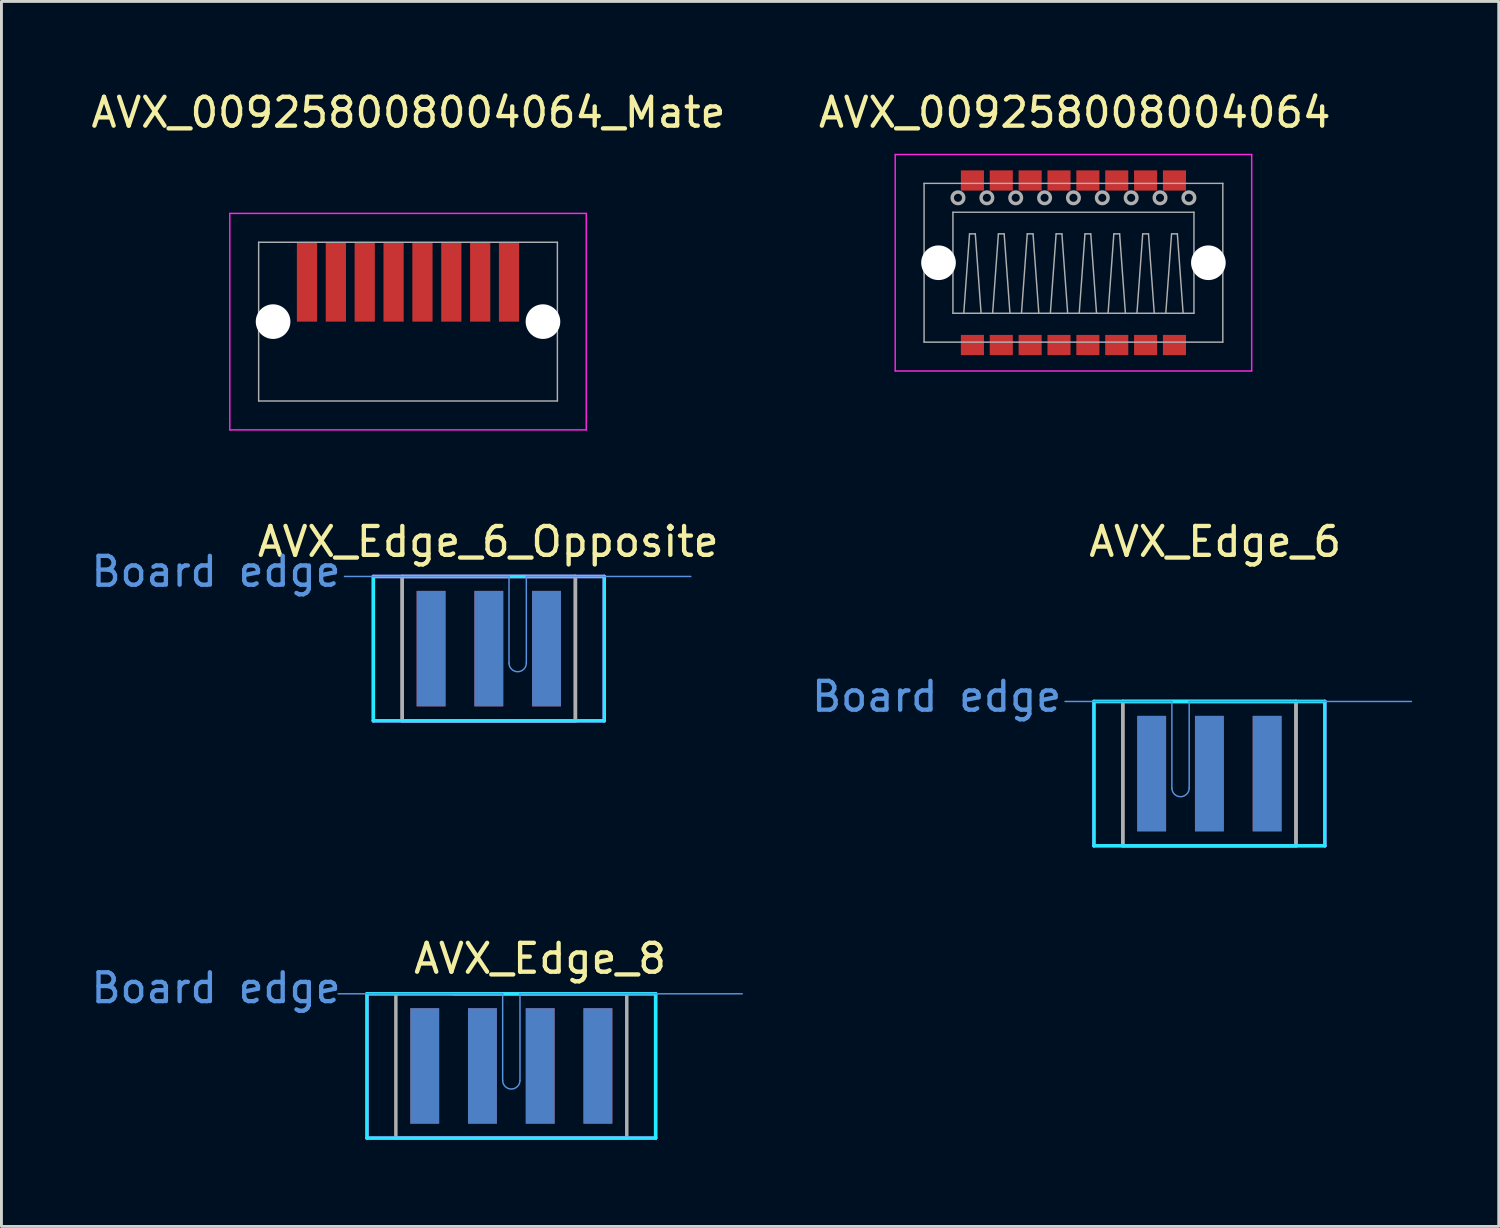
<source format=kicad_pcb>
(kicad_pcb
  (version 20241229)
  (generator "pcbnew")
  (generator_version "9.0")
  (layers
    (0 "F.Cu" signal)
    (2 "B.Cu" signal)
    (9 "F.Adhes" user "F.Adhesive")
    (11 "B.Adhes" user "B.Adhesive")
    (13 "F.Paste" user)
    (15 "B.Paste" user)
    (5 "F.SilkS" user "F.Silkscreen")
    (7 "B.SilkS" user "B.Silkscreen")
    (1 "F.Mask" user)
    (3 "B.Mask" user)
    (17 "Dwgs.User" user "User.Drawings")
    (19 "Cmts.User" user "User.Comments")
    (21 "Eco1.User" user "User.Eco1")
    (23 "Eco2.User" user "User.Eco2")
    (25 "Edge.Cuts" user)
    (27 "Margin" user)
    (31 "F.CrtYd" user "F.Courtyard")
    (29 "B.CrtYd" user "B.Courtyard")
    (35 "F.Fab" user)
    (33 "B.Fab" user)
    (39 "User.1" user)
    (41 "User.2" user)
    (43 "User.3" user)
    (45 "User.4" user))
  (footprint "AVX_Edge_6_Opposite"
    (layer "F.Cu")
    (at 13.885 19.422)
    (property "Reference" "AVX_Edge_6_Opposite" (at -0.02 -3.705 0) (layer "F.SilkS") (effects (font (size 1 1) (thickness 0.15))))
    (attr through_hole)
    (fp_line (start -5 -2.5) (end 0.7 -2.5) (stroke (width 0.05) (type solid)) (layer "Cmts.User"))
    (fp_line (start 0.7 -2.5) (end 0.7 0.5) (stroke (width 0.05) (type solid)) (layer "Cmts.User"))
    (fp_line (start 1.3 -2.5) (end 1.3 0.5) (stroke (width 0.05) (type solid)) (layer "Cmts.User"))
    (fp_line (start 1.3 -2.5) (end 7 -2.5) (stroke (width 0.05) (type solid)) (layer "Cmts.User"))
    (fp_arc (start 1.3 0.5) (mid 1 0.8) (end 0.7 0.5) (stroke (width 0.05) (type solid)) (layer "Cmts.User"))
    (fp_line (start -4 -2.5) (end 4 -2.5) (stroke (width 0.12) (type solid)) (layer "B.CrtYd"))
    (fp_line (start -4 2.5) (end -4 -2.5) (stroke (width 0.12) (type solid)) (layer "B.CrtYd"))
    (fp_line (start -4 2.5) (end 4 2.5) (stroke (width 0.12) (type solid)) (layer "B.CrtYd"))
    (fp_line (start 4 2.5) (end 4 -2.5) (stroke (width 0.12) (type solid)) (layer "B.CrtYd"))
    (fp_line (start -4 -2.5) (end 4 -2.5) (stroke (width 0.12) (type solid)) (layer "F.CrtYd"))
    (fp_line (start -4 2.5) (end -4 -2.5) (stroke (width 0.12) (type solid)) (layer "F.CrtYd"))
    (fp_line (start -4 2.5) (end 4 2.5) (stroke (width 0.12) (type solid)) (layer "F.CrtYd"))
    (fp_line (start 4 2.5) (end 4 -2.5) (stroke (width 0.12) (type solid)) (layer "F.CrtYd"))
    (fp_line (start -3 -2.5) (end 3 -2.5) (stroke (width 0.12) (type solid)) (layer "F.Fab"))
    (fp_line (start -3 2.5) (end -3 -2.5) (stroke (width 0.12) (type solid)) (layer "F.Fab"))
    (fp_line (start -3 2.5) (end -3 -2.5) (stroke (width 0.12) (type solid)) (layer "F.Fab"))
    (fp_line (start 3 -2.5) (end 3 2.5) (stroke (width 0.12) (type solid)) (layer "F.Fab"))
    (fp_line (start 3 -2.5) (end 3 2.5) (stroke (width 0.12) (type solid)) (layer "F.Fab"))
    (fp_line (start 3 2.5) (end -3 2.5) (stroke (width 0.12) (type solid)) (layer "F.Fab"))
    (fp_line (start 3 2.5) (end -3 2.5) (stroke (width 0.12) (type solid)) (layer "F.Fab"))
    (fp_text user "Board edge" (at -9.45 -2.67 0) (layer "Cmts.User") (effects (font (size 1 1) (thickness 0.15))))
    (pad "1" connect rect (at 2 0) (size 1 4) (layers "F.Cu" "F.Mask"))
    (pad "2" connect rect (at 0 0) (size 1 4) (layers "F.Cu" "F.Mask"))
    (pad "3" connect rect (at -2 0) (size 1 4) (layers "F.Cu" "F.Mask"))
    (pad "4" connect rect (at 2 0) (size 1 4) (layers "B.Cu" "B.Mask"))
    (pad "5" connect rect (at 0 0) (size 1 4) (layers "B.Cu" "B.Mask"))
    (pad "6" connect rect (at -2 0) (size 1 4) (layers "B.Cu" "B.Mask")))
  (footprint "AVX_Edge_6"
    (layer "F.Cu")
    (at 38.85 23.752)
    (property "Reference" "AVX_Edge_6" (at 0.2 -8.035 0) (layer "F.SilkS") (effects (font (size 1 1) (thickness 0.15))))
    (attr through_hole)
    (fp_line (start -5 -2.5) (end -1.3 -2.5) (stroke (width 0.05) (type solid)) (layer "Cmts.User"))
    (fp_line (start -1.3 -2.5) (end -1.3 0.5) (stroke (width 0.05) (type solid)) (layer "Cmts.User"))
    (fp_line (start -0.7 -2.5) (end -0.7 0.5) (stroke (width 0.05) (type solid)) (layer "Cmts.User"))
    (fp_line (start -0.7 -2.5) (end 7 -2.5) (stroke (width 0.05) (type solid)) (layer "Cmts.User"))
    (fp_arc (start -0.7 0.5) (mid -1 0.8) (end -1.3 0.5) (stroke (width 0.05) (type solid)) (layer "Cmts.User"))
    (fp_line (start -4 -2.5) (end 4 -2.5) (stroke (width 0.12) (type solid)) (layer "B.CrtYd"))
    (fp_line (start -4 2.5) (end -4 -2.5) (stroke (width 0.12) (type solid)) (layer "B.CrtYd"))
    (fp_line (start -4 2.5) (end 4 2.5) (stroke (width 0.12) (type solid)) (layer "B.CrtYd"))
    (fp_line (start 4 2.5) (end 4 -2.5) (stroke (width 0.12) (type solid)) (layer "B.CrtYd"))
    (fp_line (start -4 -2.5) (end 4 -2.5) (stroke (width 0.12) (type solid)) (layer "F.CrtYd"))
    (fp_line (start -4 2.5) (end -4 -2.5) (stroke (width 0.12) (type solid)) (layer "F.CrtYd"))
    (fp_line (start -4 2.5) (end 4 2.5) (stroke (width 0.12) (type solid)) (layer "F.CrtYd"))
    (fp_line (start 4 2.5) (end 4 -2.5) (stroke (width 0.12) (type solid)) (layer "F.CrtYd"))
    (fp_line (start -3 -2.5) (end 3 -2.5) (stroke (width 0.12) (type solid)) (layer "F.Fab"))
    (fp_line (start -3 2.5) (end -3 -2.5) (stroke (width 0.12) (type solid)) (layer "F.Fab"))
    (fp_line (start -3 2.5) (end -3 -2.5) (stroke (width 0.12) (type solid)) (layer "F.Fab"))
    (fp_line (start 3 -2.5) (end 3 2.5) (stroke (width 0.12) (type solid)) (layer "F.Fab"))
    (fp_line (start 3 -2.5) (end 3 2.5) (stroke (width 0.12) (type solid)) (layer "F.Fab"))
    (fp_line (start 3 2.5) (end -3 2.5) (stroke (width 0.12) (type solid)) (layer "F.Fab"))
    (fp_line (start 3 2.5) (end -3 2.5) (stroke (width 0.12) (type solid)) (layer "F.Fab"))
    (fp_text user "Board edge" (at -9.45 -2.67 0) (layer "Cmts.User") (effects (font (size 1 1) (thickness 0.15))))
    (pad "1" connect rect (at -2 0) (size 1 4) (layers "F.Cu" "F.Mask"))
    (pad "2" connect rect (at 0 0) (size 1 4) (layers "F.Cu" "F.Mask"))
    (pad "3" connect rect (at 2 0) (size 1 4) (layers "F.Cu" "F.Mask"))
    (pad "4" connect rect (at -2 0) (size 1 4) (layers "B.Cu" "B.Mask"))
    (pad "5" connect rect (at 0 0) (size 1 4) (layers "B.Cu" "B.Mask"))
    (pad "6" connect rect (at 2 0) (size 1 4) (layers "B.Cu" "B.Mask")))
  (footprint "AVX_009258008004064_Mate"
    (layer "F.Cu")
    (at 11.086 8.093)
    (property "Reference" "AVX_009258008004064_Mate" (at 0.015 -7.245 0) (layer "F.SilkS") (effects (font (size 1 1) (thickness 0.15))))
    (attr exclude_from_pos_files exclude_from_bom)
    (fp_line (start -6.175 -3.75) (end -6.175 3.75) (stroke (width 0.05) (type solid)) (layer "F.CrtYd"))
    (fp_line (start -6.175 -3.75) (end 6.175 -3.75) (stroke (width 0.05) (type solid)) (layer "F.CrtYd"))
    (fp_line (start -6.175 3.75) (end 6.175 3.75) (stroke (width 0.05) (type solid)) (layer "F.CrtYd"))
    (fp_line (start 6.175 -3.75) (end 6.175 3.75) (stroke (width 0.05) (type solid)) (layer "F.CrtYd"))
    (fp_line (start -5.175 -2.75) (end -5.175 2.75) (stroke (width 0.05) (type solid)) (layer "F.Fab"))
    (fp_line (start -5.175 -2.75) (end 5.175 -2.75) (stroke (width 0.05) (type solid)) (layer "F.Fab"))
    (fp_line (start -5.175 2.75) (end 5.175 2.75) (stroke (width 0.05) (type solid)) (layer "F.Fab"))
    (fp_line (start 5.175 -2.75) (end 5.175 2.75) (stroke (width 0.05) (type solid)) (layer "F.Fab"))
    (pad "" np_thru_hole oval (at -4.675 0) (size 1.2 1.2) (drill 1.2) (layers "*.Cu" "*.Mask"))
    (pad "" np_thru_hole oval (at 4.675 0) (size 1.2 1.2) (drill 1.2) (layers "*.Cu" "*.Mask"))
    (pad "1" connect rect (at -3.5 -1.375) (size 0.7 2.75) (layers "F.Cu" "F.Mask"))
    (pad "2" connect rect (at -2.5 -1.375) (size 0.7 2.75) (layers "F.Cu" "F.Mask"))
    (pad "3" connect rect (at -1.5 -1.375) (size 0.7 2.75) (layers "F.Cu" "F.Mask"))
    (pad "4" connect rect (at -0.5 -1.375) (size 0.7 2.75) (layers "F.Cu" "F.Mask"))
    (pad "5" connect rect (at 0.5 -1.375) (size 0.7 2.75) (layers "F.Cu" "F.Mask"))
    (pad "6" connect rect (at 1.5 -1.375) (size 0.7 2.75) (layers "F.Cu" "F.Mask"))
    (pad "7" connect rect (at 2.5 -1.375) (size 0.7 2.75) (layers "F.Cu" "F.Mask"))
    (pad "8" connect rect (at 3.5 -1.375) (size 0.7 2.75) (layers "F.Cu" "F.Mask")))
  (footprint "AVX_Edge_8"
    (layer "F.Cu")
    (at 14.665 33.88)
    (property "Reference" "AVX_Edge_8" (at 0.995 -3.72 0) (layer "F.SilkS") (effects (font (size 1 1) (thickness 0.15))))
    (fp_rect (start -4 -2.5) (end 4 2.5) (stroke (width 0.12) (type solid)) (fill yes) (layer "F.Mask"))
    (fp_rect (start -4 -2.5) (end 4 2.5) (stroke (width 0.12) (type solid)) (fill yes) (layer "B.Mask"))
    (fp_line (start -6 -2.5) (end -0.3 -2.5) (stroke (width 0.05) (type solid)) (layer "Cmts.User"))
    (fp_line (start -0.3 -2.5) (end -0.3 0.5) (stroke (width 0.05) (type solid)) (layer "Cmts.User"))
    (fp_line (start 0.3 -2.5) (end 0.3 0.5) (stroke (width 0.05) (type solid)) (layer "Cmts.User"))
    (fp_line (start 0.3 -2.5) (end 8 -2.5) (stroke (width 0.05) (type solid)) (layer "Cmts.User"))
    (fp_arc (start 0.3 0.5) (mid 0 0.8) (end -0.3 0.5) (stroke (width 0.05) (type solid)) (layer "Cmts.User"))
    (fp_line (start -5 -2.5) (end 5 -2.5) (stroke (width 0.12) (type solid)) (layer "B.CrtYd"))
    (fp_line (start -5 2.5) (end -5 -2.5) (stroke (width 0.12) (type solid)) (layer "B.CrtYd"))
    (fp_line (start -5 2.5) (end 5 2.5) (stroke (width 0.12) (type solid)) (layer "B.CrtYd"))
    (fp_line (start 5 2.5) (end 5 -2.5) (stroke (width 0.12) (type solid)) (layer "B.CrtYd"))
    (fp_line (start -5 -2.5) (end 5 -2.5) (stroke (width 0.12) (type solid)) (layer "F.CrtYd"))
    (fp_line (start -5 2.5) (end -5 -2.5) (stroke (width 0.12) (type solid)) (layer "F.CrtYd"))
    (fp_line (start -5 2.5) (end 5 2.5) (stroke (width 0.12) (type solid)) (layer "F.CrtYd"))
    (fp_line (start 5 2.5) (end 5 -2.5) (stroke (width 0.12) (type solid)) (layer "F.CrtYd"))
    (fp_line (start -4 2.5) (end -4 -2.5) (stroke (width 0.12) (type solid)) (layer "F.Fab"))
    (fp_line (start -2 -2.5) (end 4 -2.5) (stroke (width 0.12) (type solid)) (layer "F.Fab"))
    (fp_line (start 4 -2.5) (end 4 2.5) (stroke (width 0.12) (type solid)) (layer "F.Fab"))
    (fp_line (start 4 2.5) (end -4 2.5) (stroke (width 0.12) (type solid)) (layer "F.Fab"))
    (fp_line (start 0 -2.5) (end 0 0.51) (stroke (width 0.6) (type solid)) (layer "User.1"))
    (fp_text user "Board edge" (at -10.23 -2.7 0) (layer "Cmts.User") (effects (font (size 1 1) (thickness 0.15))))
    (pad "1" connect rect (at -3 0) (size 1 4) (layers "F.Cu" "F.Mask"))
    (pad "2" connect rect (at -1 0) (size 1 4) (layers "F.Cu" "F.Mask"))
    (pad "3" connect rect (at 1 0) (size 1 4) (layers "F.Cu" "F.Mask"))
    (pad "4" connect rect (at 3 0) (size 1 4) (layers "F.Cu" "F.Mask"))
    (pad "5" connect rect (at -3 0) (size 1 4) (layers "B.Cu" "B.Mask"))
    (pad "6" connect rect (at -1 0) (size 1 4) (layers "B.Cu" "B.Mask"))
    (pad "7" connect rect (at 1 0) (size 1 4) (layers "B.Cu" "B.Mask"))
    (pad "8" connect rect (at 3 0) (size 1 4) (layers "B.Cu" "B.Mask")))
  (footprint "AVX_009258008004064"
    (layer "F.Cu")
    (at 34.14 6.053)
    (property "Reference" "AVX_009258008004064" (at 0.045 -5.205 0) (layer "F.SilkS") (effects (font (size 1 1) (thickness 0.15))))
    (attr exclude_from_pos_files exclude_from_bom)
    (fp_line (start -6.175 -3.75) (end -6.175 3.75) (stroke (width 0.05) (type solid)) (layer "F.CrtYd"))
    (fp_line (start -6.175 -3.75) (end 6.175 -3.75) (stroke (width 0.05) (type solid)) (layer "F.CrtYd"))
    (fp_line (start -6.175 3.75) (end 6.175 3.75) (stroke (width 0.05) (type solid)) (layer "F.CrtYd"))
    (fp_line (start 6.175 -3.75) (end 6.175 3.75) (stroke (width 0.05) (type solid)) (layer "F.CrtYd"))
    (fp_line (start -5.175 -2.75) (end -5.175 2.75) (stroke (width 0.05) (type solid)) (layer "F.Fab"))
    (fp_line (start -5.175 -2.75) (end 5.175 -2.75) (stroke (width 0.05) (type solid)) (layer "F.Fab"))
    (fp_line (start -5.175 2.75) (end 5.175 2.75) (stroke (width 0.05) (type solid)) (layer "F.Fab"))
    (fp_line (start -4.175 -1.75) (end -4.175 1.75) (stroke (width 0.05) (type solid)) (layer "F.Fab"))
    (fp_line (start -4.175 -1.75) (end 4.175 -1.75) (stroke (width 0.05) (type solid)) (layer "F.Fab"))
    (fp_line (start -4.175 1.75) (end 4.175 1.75) (stroke (width 0.05) (type solid)) (layer "F.Fab"))
    (fp_line (start -3.6 -1) (end -3.8 1.75) (stroke (width 0.05) (type solid)) (layer "F.Fab"))
    (fp_line (start -3.6 -1) (end -3.4 -1) (stroke (width 0.05) (type solid)) (layer "F.Fab"))
    (fp_line (start -3.4 -1) (end -3.2 1.75) (stroke (width 0.05) (type solid)) (layer "F.Fab"))
    (fp_line (start -2.6 -1) (end -2.8 1.75) (stroke (width 0.05) (type solid)) (layer "F.Fab"))
    (fp_line (start -2.6 -1) (end -2.4 -1) (stroke (width 0.05) (type solid)) (layer "F.Fab"))
    (fp_line (start -2.4 -1) (end -2.2 1.75) (stroke (width 0.05) (type solid)) (layer "F.Fab"))
    (fp_line (start -1.6 -1) (end -1.8 1.75) (stroke (width 0.05) (type solid)) (layer "F.Fab"))
    (fp_line (start -1.6 -1) (end -1.4 -1) (stroke (width 0.05) (type solid)) (layer "F.Fab"))
    (fp_line (start -1.4 -1) (end -1.2 1.75) (stroke (width 0.05) (type solid)) (layer "F.Fab"))
    (fp_line (start -0.6 -1) (end -0.8 1.75) (stroke (width 0.05) (type solid)) (layer "F.Fab"))
    (fp_line (start -0.6 -1) (end -0.4 -1) (stroke (width 0.05) (type solid)) (layer "F.Fab"))
    (fp_line (start -0.4 -1) (end -0.2 1.75) (stroke (width 0.05) (type solid)) (layer "F.Fab"))
    (fp_line (start 0.4 -1) (end 0.2 1.75) (stroke (width 0.05) (type solid)) (layer "F.Fab"))
    (fp_line (start 0.4 -1) (end 0.6 -1) (stroke (width 0.05) (type solid)) (layer "F.Fab"))
    (fp_line (start 0.6 -1) (end 0.8 1.75) (stroke (width 0.05) (type solid)) (layer "F.Fab"))
    (fp_line (start 1.4 -1) (end 1.2 1.75) (stroke (width 0.05) (type solid)) (layer "F.Fab"))
    (fp_line (start 1.4 -1) (end 1.6 -1) (stroke (width 0.05) (type solid)) (layer "F.Fab"))
    (fp_line (start 1.6 -1) (end 1.8 1.75) (stroke (width 0.05) (type solid)) (layer "F.Fab"))
    (fp_line (start 2.4 -1) (end 2.2 1.75) (stroke (width 0.05) (type solid)) (layer "F.Fab"))
    (fp_line (start 2.4 -1) (end 2.6 -1) (stroke (width 0.05) (type solid)) (layer "F.Fab"))
    (fp_line (start 2.6 -1) (end 2.8 1.75) (stroke (width 0.05) (type solid)) (layer "F.Fab"))
    (fp_line (start 3.4 -1) (end 3.2 1.75) (stroke (width 0.05) (type solid)) (layer "F.Fab"))
    (fp_line (start 3.4 -1) (end 3.6 -1) (stroke (width 0.05) (type solid)) (layer "F.Fab"))
    (fp_line (start 3.6 -1) (end 3.8 1.75) (stroke (width 0.05) (type solid)) (layer "F.Fab"))
    (fp_line (start 4.175 -1.75) (end 4.175 1.75) (stroke (width 0.05) (type solid)) (layer "F.Fab"))
    (fp_line (start 5.175 -2.75) (end 5.175 2.75) (stroke (width 0.05) (type solid)) (layer "F.Fab"))
    (fp_circle (center -4 -2.25) (end -3.8 -2.25) (stroke (width 0.12) (type solid)) (fill no) (layer "F.Fab"))
    (fp_circle (center -3 -2.25) (end -2.8 -2.25) (stroke (width 0.12) (type solid)) (fill no) (layer "F.Fab"))
    (fp_circle (center -2 -2.25) (end -1.8 -2.25) (stroke (width 0.12) (type solid)) (fill no) (layer "F.Fab"))
    (fp_circle (center -1 -2.25) (end -0.8 -2.25) (stroke (width 0.12) (type solid)) (fill no) (layer "F.Fab"))
    (fp_circle (center 0 -2.25) (end 0.2 -2.25) (stroke (width 0.12) (type solid)) (fill no) (layer "F.Fab"))
    (fp_circle (center 1 -2.25) (end 1.2 -2.25) (stroke (width 0.12) (type solid)) (fill no) (layer "F.Fab"))
    (fp_circle (center 2 -2.25) (end 2.2 -2.25) (stroke (width 0.12) (type solid)) (fill no) (layer "F.Fab"))
    (fp_circle (center 3 -2.25) (end 3.2 -2.25) (stroke (width 0.12) (type solid)) (fill no) (layer "F.Fab"))
    (fp_circle (center 4 -2.25) (end 4.2 -2.25) (stroke (width 0.12) (type solid)) (fill no) (layer "F.Fab"))
    (pad "" np_thru_hole oval (at -4.675 0) (size 1.2 1.2) (drill 1.2) (layers "*.Cu" "*.Mask"))
    (pad "" np_thru_hole oval (at 4.675 0) (size 1.2 1.2) (drill 1.2) (layers "*.Cu" "*.Mask"))
    (pad "1" smd rect (at -3.5 -2.85) (size 0.8 0.7) (layers "F.Cu" "F.Mask" "F.Paste"))
    (pad "1" smd rect (at -3.5 2.85) (size 0.8 0.7) (layers "F.Cu" "F.Mask" "F.Paste"))
    (pad "2" smd rect (at -2.5 -2.85) (size 0.8 0.7) (layers "F.Cu" "F.Mask" "F.Paste"))
    (pad "2" smd rect (at -2.5 2.85) (size 0.8 0.7) (layers "F.Cu" "F.Mask" "F.Paste"))
    (pad "3" smd rect (at -1.5 -2.85) (size 0.8 0.7) (layers "F.Cu" "F.Mask" "F.Paste"))
    (pad "3" smd rect (at -1.5 2.85) (size 0.8 0.7) (layers "F.Cu" "F.Mask" "F.Paste"))
    (pad "4" smd rect (at -0.5 -2.85) (size 0.8 0.7) (layers "F.Cu" "F.Mask" "F.Paste"))
    (pad "4" smd rect (at -0.5 2.85) (size 0.8 0.7) (layers "F.Cu" "F.Mask" "F.Paste"))
    (pad "5" smd rect (at 0.5 -2.85) (size 0.8 0.7) (layers "F.Cu" "F.Mask" "F.Paste"))
    (pad "5" smd rect (at 0.5 2.85) (size 0.8 0.7) (layers "F.Cu" "F.Mask" "F.Paste"))
    (pad "6" smd rect (at 1.5 -2.85) (size 0.8 0.7) (layers "F.Cu" "F.Mask" "F.Paste"))
    (pad "6" smd rect (at 1.5 2.85) (size 0.8 0.7) (layers "F.Cu" "F.Mask" "F.Paste"))
    (pad "7" smd rect (at 2.5 -2.85) (size 0.8 0.7) (layers "F.Cu" "F.Mask" "F.Paste"))
    (pad "7" smd rect (at 2.5 2.85) (size 0.8 0.7) (layers "F.Cu" "F.Mask" "F.Paste"))
    (pad "8" smd rect (at 3.5 -2.85) (size 0.8 0.7) (layers "F.Cu" "F.Mask" "F.Paste"))
    (pad "8" smd rect (at 3.5 2.85) (size 0.8 0.7) (layers "F.Cu" "F.Mask" "F.Paste")))
  (gr_rect
    (start -3 -3)
    (end 48.875 39.44)
    (stroke (width 0.1) (type default))
    (fill no)
    (layer "Edge.Cuts")))
</source>
